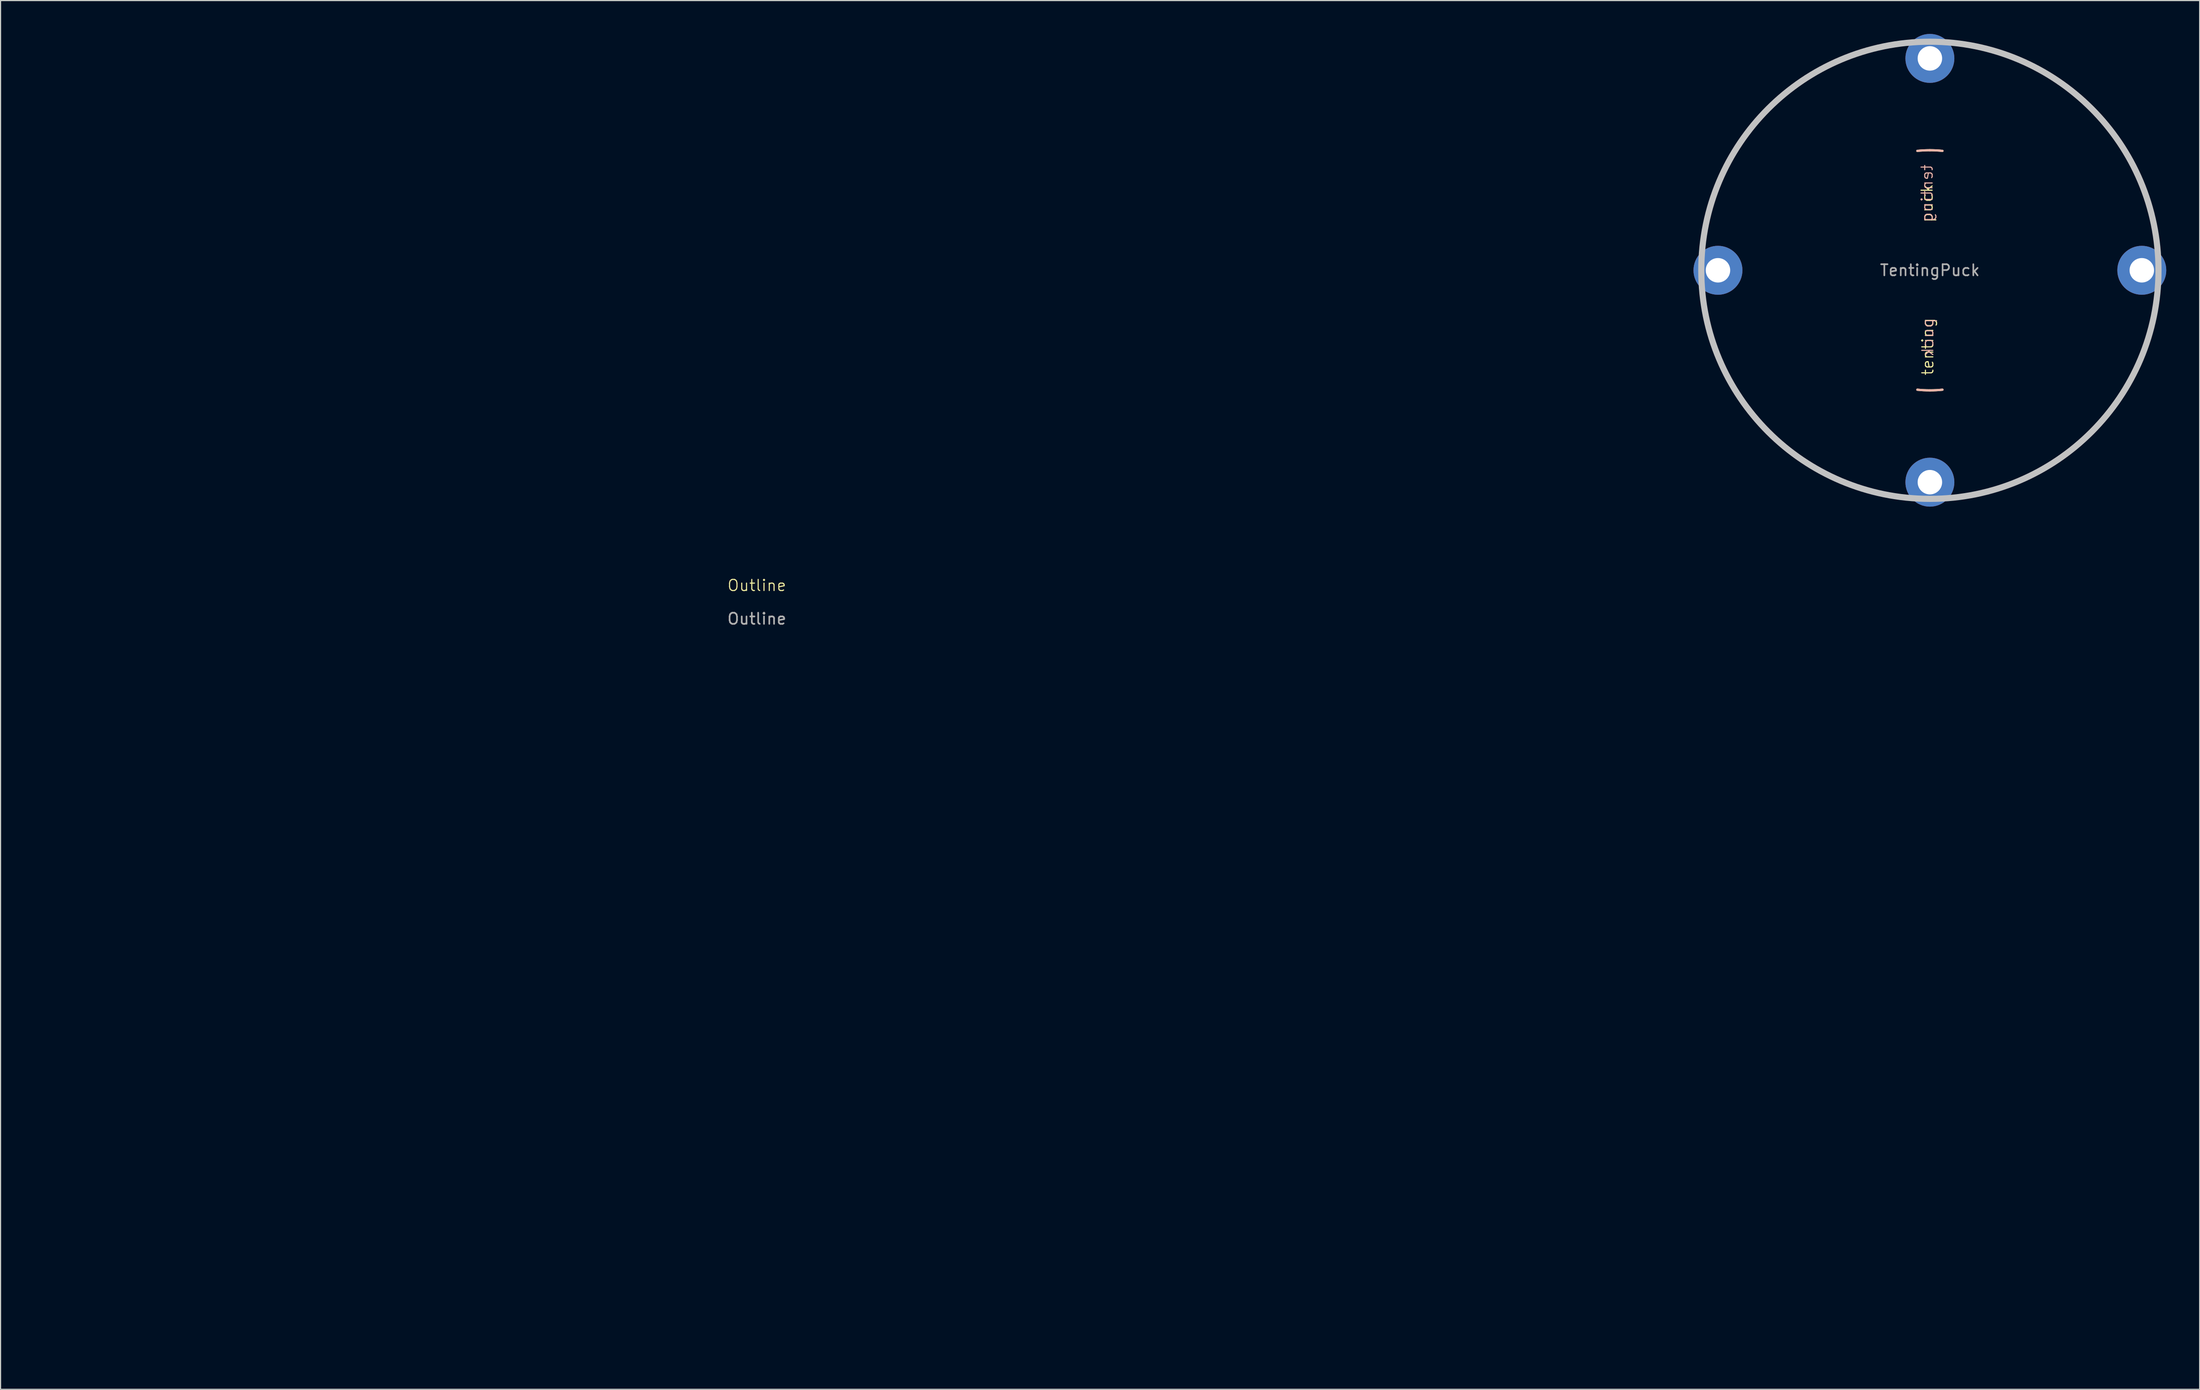
<source format=kicad_pcb>
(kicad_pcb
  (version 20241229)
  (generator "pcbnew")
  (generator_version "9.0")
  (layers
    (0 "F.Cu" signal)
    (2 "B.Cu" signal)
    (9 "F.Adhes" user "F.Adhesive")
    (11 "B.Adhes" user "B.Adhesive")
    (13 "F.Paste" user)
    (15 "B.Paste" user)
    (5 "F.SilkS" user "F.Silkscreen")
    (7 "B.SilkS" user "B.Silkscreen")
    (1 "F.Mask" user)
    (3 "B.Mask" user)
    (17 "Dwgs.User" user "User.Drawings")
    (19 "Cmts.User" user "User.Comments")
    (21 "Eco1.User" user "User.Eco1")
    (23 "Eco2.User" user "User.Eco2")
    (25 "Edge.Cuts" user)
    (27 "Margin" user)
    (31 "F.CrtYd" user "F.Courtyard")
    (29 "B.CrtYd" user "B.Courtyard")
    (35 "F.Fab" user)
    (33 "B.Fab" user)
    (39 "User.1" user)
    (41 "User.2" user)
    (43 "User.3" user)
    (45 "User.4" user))
  (footprint "TentingPuck"
    (layer "F.Cu")
    (at 170.433 21.25)
    (property "Reference" "TentingPuck" (at 0 0 0) (layer "F.Fab") (effects (font (size 1 1) (thickness 0.15))))
    (attr exclude_from_pos_files exclude_from_bom)
    (fp_arc (start -20.32 -2.8575) (mid -19.91151 -4.959786) (end -19.286134 -7.008048) (stroke (width 0.2) (type solid)) (layer "F.SilkS"))
    (fp_arc (start -19.286134 7.008047) (mid -19.91151 4.959786) (end -20.32 2.8575) (stroke (width 0.2) (type solid)) (layer "F.SilkS"))
    (fp_arc (start -7.008048 -19.286134) (mid -4.959786 -19.91151) (end -2.8575 -20.32) (stroke (width 0.2) (type solid)) (layer "F.SilkS"))
    (fp_arc (start -2.8575 20.32) (mid -4.959785 19.91151) (end -7.008046 19.286135) (stroke (width 0.2) (type solid)) (layer "F.SilkS"))
    (fp_arc (start -1.128385 -10.735864) (mid -0.564967 -10.780206) (end 0 -10.795) (stroke (width 0.2) (type solid)) (layer "F.SilkS"))
    (fp_arc (start 0 -10.795) (mid 0.564967 -10.780206) (end 1.128385 -10.735864) (stroke (width 0.2) (type solid)) (layer "F.SilkS"))
    (fp_arc (start 0 10.795) (mid -0.564967 10.780206) (end -1.128385 10.735864) (stroke (width 0.2) (type solid)) (layer "F.SilkS"))
    (fp_arc (start 1.128385 10.735864) (mid 0.564967 10.780206) (end 0 10.795) (stroke (width 0.2) (type solid)) (layer "F.SilkS"))
    (fp_arc (start 2.8575 -20.32) (mid 4.959786 -19.91151) (end 7.008047 -19.286134) (stroke (width 0.2) (type solid)) (layer "F.SilkS"))
    (fp_arc (start 7.008047 19.286134) (mid 4.959786 19.91151) (end 2.8575 20.32) (stroke (width 0.2) (type solid)) (layer "F.SilkS"))
    (fp_arc (start 19.286135 -7.008045) (mid 19.91151 -4.959785) (end 20.32 -2.8575) (stroke (width 0.2) (type solid)) (layer "F.SilkS"))
    (fp_arc (start 20.32 2.8575) (mid 19.91151 4.959785) (end 19.286135 7.008046) (stroke (width 0.2) (type solid)) (layer "F.SilkS"))
    (fp_arc (start -20.32 -2.8575) (mid -19.91151 -4.959784) (end -19.286136 -7.008044) (stroke (width 0.2) (type solid)) (layer "B.SilkS"))
    (fp_arc (start -19.286135 7.008046) (mid -19.91151 4.959785) (end -20.32 2.8575) (stroke (width 0.2) (type solid)) (layer "B.SilkS"))
    (fp_arc (start -7.008046 -19.286135) (mid -4.959785 -19.91151) (end -2.8575 -20.32) (stroke (width 0.2) (type solid)) (layer "B.SilkS"))
    (fp_arc (start -2.8575 20.32) (mid -4.959785 19.91151) (end -7.008045 19.286135) (stroke (width 0.2) (type solid)) (layer "B.SilkS"))
    (fp_arc (start -1.128385 -10.735864) (mid -0.564967 -10.780206) (end 0 -10.795) (stroke (width 0.2) (type solid)) (layer "B.SilkS"))
    (fp_arc (start 0 -10.795) (mid 0.564967 -10.780206) (end 1.128385 -10.735864) (stroke (width 0.2) (type solid)) (layer "B.SilkS"))
    (fp_arc (start 0 10.795) (mid -0.564967 10.780206) (end -1.128385 10.735864) (stroke (width 0.2) (type solid)) (layer "B.SilkS"))
    (fp_arc (start 1.128385 10.735864) (mid 0.564967 10.780206) (end 0 10.795) (stroke (width 0.2) (type solid)) (layer "B.SilkS"))
    (fp_arc (start 2.8575 -20.32) (mid 4.959787 -19.91151) (end 7.008049 -19.286134) (stroke (width 0.2) (type solid)) (layer "B.SilkS"))
    (fp_arc (start 7.008045 19.286135) (mid 4.959785 19.91151) (end 2.8575 20.32) (stroke (width 0.2) (type solid)) (layer "B.SilkS"))
    (fp_arc (start 19.286134 -7.008048) (mid 19.91151 -4.959786) (end 20.32 -2.8575) (stroke (width 0.2) (type solid)) (layer "B.SilkS"))
    (fp_arc (start 20.32 2.8575) (mid 19.91151 4.959786) (end 19.286134 7.008048) (stroke (width 0.2) (type solid)) (layer "B.SilkS"))
    (fp_circle (center 0 0) (end 20.55 0) (stroke (width 0.55) (type solid)) (fill no) (layer "Dwgs.User"))
    (fp_text user "tenting" (at -0.191 6.858 90) (unlocked yes) (layer "F.SilkS") (effects (font (size 1 1) (thickness 0.1))))
    (fp_text user "puck" (at -0.254 -6.032 90) (unlocked yes) (layer "F.SilkS") (effects (font (size 1 1) (thickness 0.1))))
    (fp_text user "tenting" (at -0.254 -6.921 90) (unlocked yes) (layer "B.SilkS") (effects (font (size 1 1) (thickness 0.1)) (justify mirror)))
    (fp_text user "puck" (at -0.191 6.032 90) (unlocked yes) (layer "B.SilkS") (effects (font (size 1 1) (thickness 0.1)) (justify mirror)))
    (pad "1" thru_hole circle (at -19.05 0) (size 4.4 4.4) (drill 2.2) (layers "*.Cu" "*.Mask"))
    (pad "1" thru_hole circle (at 0 -19.05) (size 4.4 4.4) (drill 2.2) (layers "*.Cu" "*.Mask"))
    (pad "1" thru_hole circle (at 0 19.05) (size 4.4 4.4) (drill 2.2) (layers "*.Cu" "*.Mask"))
    (pad "1" thru_hole circle (at 19.05 0) (size 4.4 4.4) (drill 2.2) (layers "*.Cu" "*.Mask")))
  (footprint "Outline"
    (layer "F.Cu")
    (at 64.985 50.082)
    (property "Reference" "Outline" (at 0 -0.5 0) (unlocked yes) (layer "F.SilkS") (effects (font (size 1 1) (thickness 0.1))))
    (fp_line (start -64.96 -12.482) (end -64.96 35.142) (stroke (width 0.05) (type default)) (layer "User.8"))
    (fp_line (start -63.96 -13.482) (end -60.91 -13.482) (stroke (width 0.05) (type default)) (layer "User.8"))
    (fp_line (start -59.91 -44.258) (end -59.91 -14.482) (stroke (width 0.05) (type default)) (layer "User.8"))
    (fp_line (start -46.91 36.143) (end -63.96 36.142) (stroke (width 0.05) (type default)) (layer "User.8"))
    (fp_line (start -45.91 37.143) (end -45.91 43.542) (stroke (width 0.05) (type default)) (layer "User.8"))
    (fp_line (start -38.91 -45.258) (end -58.91 -45.258) (stroke (width 0.05) (type default)) (layer "User.8"))
    (fp_line (start -37.91 -47.057) (end -37.91 -46.258) (stroke (width 0.05) (type default)) (layer "User.8"))
    (fp_line (start -19.86 -48.057) (end -36.91 -48.057) (stroke (width 0.05) (type default)) (layer "User.8"))
    (fp_line (start -18.29 44.542) (end -44.91 44.542) (stroke (width 0.05) (type default)) (layer "User.8"))
    (fp_line (start 11.53 52.198) (end -10.634 52.198) (stroke (width 0.05) (type default)) (layer "User.8"))
    (fp_line (start 11.53 52.198) (end 17.13 53.808) (stroke (width 0.05) (type default)) (layer "User.8"))
    (fp_line (start 17.13 53.808) (end 69.014 68.722) (stroke (width 0.05) (type default)) (layer "User.8"))
    (fp_line (start 20.24 -50.057) (end -17.86 -50.057) (stroke (width 0.05) (type default)) (layer "User.8"))
    (fp_line (start 21.24 -45.057) (end 21.24 -49.057) (stroke (width 0.05) (type default)) (layer "User.8"))
    (fp_line (start 55.14 -12.482) (end 55.14 6.553) (stroke (width 0.05) (type default)) (layer "User.8"))
    (fp_line (start 58.34 -44.057) (end 22.24 -44.057) (stroke (width 0.05) (type default)) (layer "User.8"))
    (fp_line (start 58.34 -13.482) (end 56.14 -13.482) (stroke (width 0.05) (type default)) (layer "User.8"))
    (fp_line (start 59.34 -14.482) (end 59.34 -43.057) (stroke (width 0.05) (type default)) (layer "User.8"))
    (fp_line (start 70.374 67.968) (end 81.131 41.188) (stroke (width 0.05) (type default)) (layer "User.8"))
    (fp_line (start 72.114 12.141) (end 55.641 7.419) (stroke (width 0.05) (type default)) (layer "User.8"))
    (fp_line (start 72.869 13.502) (end 67.283 33.479) (stroke (width 0.05) (type default)) (layer "User.8"))
    (fp_line (start 80.376 39.828) (end 68.037 34.84) (stroke (width 0.05) (type default)) (layer "User.8"))
    (fp_arc (start -64.96 -12.4825) (mid -64.667107 -13.189607) (end -63.96 -13.4825) (stroke (width 0.05) (type default)) (layer "User.8"))
    (fp_arc (start -63.96 36.1425) (mid -64.667107 35.849607) (end -64.96 35.1425) (stroke (width 0.05) (type default)) (layer "User.8"))
    (fp_arc (start -59.910001 -44.2579) (mid -59.617108 -44.965007) (end -58.910001 -45.2579) (stroke (width 0.05) (type default)) (layer "User.8"))
    (fp_arc (start -59.91 -14.4825) (mid -60.202893 -13.775393) (end -60.91 -13.4825) (stroke (width 0.05) (type default)) (layer "User.8"))
    (fp_arc (start -46.910001 36.142501) (mid -46.202894 36.435394) (end -45.910001 37.142501) (stroke (width 0.05) (type default)) (layer "User.8"))
    (fp_arc (start -44.909999 44.542499) (mid -45.617106 44.249606) (end -45.909999 43.542499) (stroke (width 0.05) (type default)) (layer "User.8"))
    (fp_arc (start -37.91 -46.2575) (mid -38.202893 -45.550393) (end -38.91 -45.2575) (stroke (width 0.05) (type default)) (layer "User.8"))
    (fp_arc (start -37.909999 -47.057499) (mid -37.617106 -47.764606) (end -36.909999 -48.057499) (stroke (width 0.05) (type default)) (layer "User.8"))
    (fp_arc (start -18.859999 -49.057499) (mid -19.152893 -48.350393) (end -19.859999 -48.057499) (stroke (width 0.05) (type default)) (layer "User.8"))
    (fp_arc (start -18.859999 -49.057499) (mid -18.567106 -49.764606) (end -17.859999 -50.057499) (stroke (width 0.05) (type default)) (layer "User.8"))
    (fp_arc (start -18.29 44.5425) (mid -17.582893 44.835393) (end -17.29 45.5425) (stroke (width 0.05) (type default)) (layer "User.8"))
    (fp_arc (start -10.634432 52.198068) (mid -15.340634 50.248702) (end -17.29 45.5425) (stroke (width 0.05) (type default)) (layer "User.8"))
    (fp_arc (start 20.239999 -50.057499) (mid 20.947106 -49.764606) (end 21.239999 -49.057499) (stroke (width 0.05) (type default)) (layer "User.8"))
    (fp_arc (start 22.24 -44.0575) (mid 21.532893 -44.350393) (end 21.24 -45.0575) (stroke (width 0.05) (type default)) (layer "User.8"))
    (fp_arc (start 55.14 -12.4825) (mid 55.432893 -13.189607) (end 56.14 -13.4825) (stroke (width 0.05) (type default)) (layer "User.8"))
    (fp_arc (start 55.640572 7.418855) (mid 55.27414 7.052786) (end 55.14 6.5525) (stroke (width 0.05) (type default)) (layer "User.8"))
    (fp_arc (start 58.34 -44.0575) (mid 59.047107 -43.764607) (end 59.34 -43.0575) (stroke (width 0.05) (type default)) (layer "User.8"))
    (fp_arc (start 59.34 -14.4825) (mid 59.047107 -13.775393) (end 58.34 -13.4825) (stroke (width 0.05) (type default)) (layer "User.8"))
    (fp_arc (start 68.036797 34.839888) (mid 67.377917 34.31579) (end 67.282611 33.479299) (stroke (width 0.05) (type default)) (layer "User.8"))
    (fp_arc (start 70.374091 67.967997) (mid 69.834786 68.599442) (end 69.013502 68.722183) (stroke (width 0.05) (type default)) (layer "User.8"))
    (fp_arc (start 72.114445 12.140943) (mid 72.773278 12.665064) (end 72.868631 13.501532) (stroke (width 0.05) (type default)) (layer "User.8"))
    (fp_arc (start 80.376374 39.827714) (mid 81.03527 40.351807) (end 81.13056 41.188303) (stroke (width 0.05) (type default)) (layer "User.8"))
    (fp_text user "${REFERENCE}" (at 0 2.5 0) (unlocked yes) (layer "F.Fab") (effects (font (size 1 1) (thickness 0.15)))))
  (gr_rect
    (start -3 -3)
    (end 194.683 121.856)
    (stroke (width 0.1) (type default))
    (fill no)
    (layer "Edge.Cuts")))
</source>
